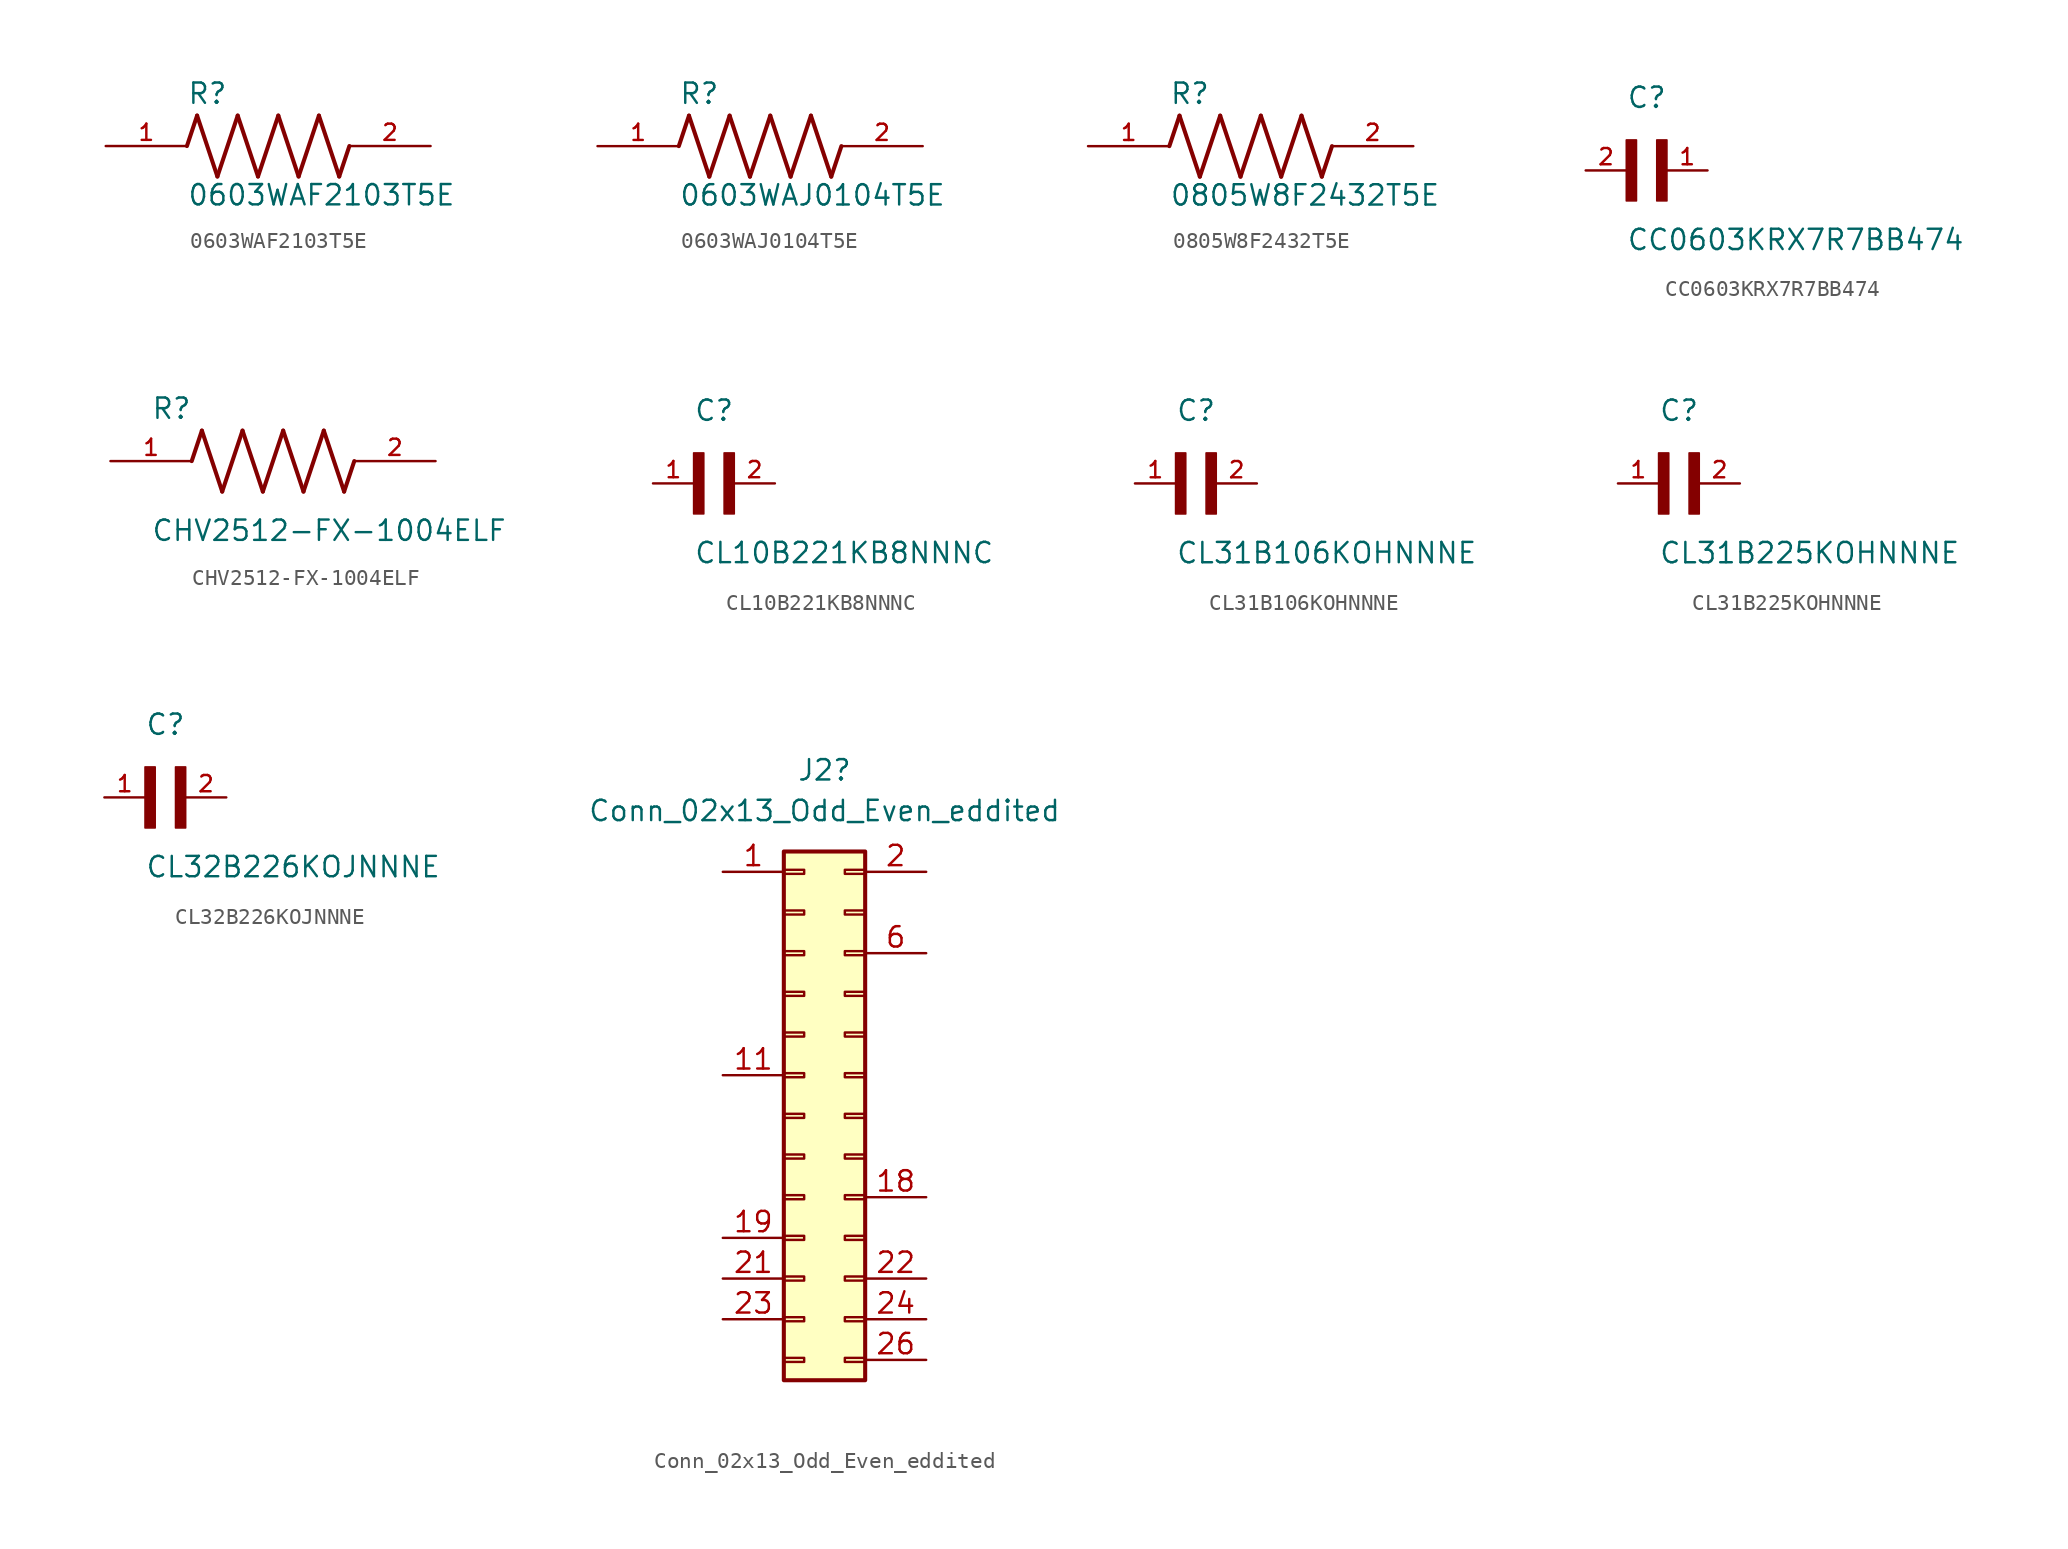
<source format=kicad_sym>
(kicad_symbol_lib
  (version 20241209)
  (generator "kicad_symbol_editor")
  (generator_version "9.0")
  (symbol "0603WAF2103T5E"
    (pin_names
      (offset 1.016))
    (property "Reference" "R"
      (at -5.08 2.54 0)
      (effects (font (size 1.27 1.27)) (justify left bottom)))
    (property "Value" "0603WAF2103T5E"
      (at -5.08 -3.81 0)
      (effects (font (size 1.27 1.27)) (justify left bottom)))
    (symbol "0603WAF2103T5E_0_0"
      (polyline (pts (xy -5.08 0) (xy -4.445 1.905)) (stroke (width 0.254) (type default)) (fill (type none)))
      (polyline (pts (xy -4.445 1.905) (xy -3.175 -1.905)) (stroke (width 0.254) (type default)) (fill (type none)))
      (polyline (pts (xy -3.175 -1.905) (xy -1.905 1.905)) (stroke (width 0.254) (type default)) (fill (type none)))
      (polyline (pts (xy -1.905 1.905) (xy -0.635 -1.905)) (stroke (width 0.254) (type default)) (fill (type none)))
      (polyline (pts (xy -0.635 -1.905) (xy 0.635 1.905)) (stroke (width 0.254) (type default)) (fill (type none)))
      (polyline (pts (xy 0.635 1.905) (xy 1.905 -1.905)) (stroke (width 0.254) (type default)) (fill (type none)))
      (polyline (pts (xy 1.905 -1.905) (xy 3.175 1.905)) (stroke (width 0.254) (type default)) (fill (type none)))
      (polyline (pts (xy 3.175 1.905) (xy 4.445 -1.905)) (stroke (width 0.254) (type default)) (fill (type none)))
      (polyline (pts (xy 4.445 -1.905) (xy 5.08 0)) (stroke (width 0.254) (type default)) (fill (type none)))
      (pin passive line (at -10.16 0 0) (length 5.08) (name "~" (effects (font (size 1.016 1.016)))) (number "1" (effects (font (size 1.016 1.016)))))
      (pin passive line (at 10.16 0 180) (length 5.08) (name "~" (effects (font (size 1.016 1.016)))) (number "2" (effects (font (size 1.016 1.016)))))))
  (symbol "0603WAJ0104T5E"
    (pin_names
      (offset 1.016))
    (property "Reference" "R"
      (at -5.08 2.54 0)
      (effects (font (size 1.27 1.27)) (justify left bottom)))
    (property "Value" "0603WAJ0104T5E"
      (at -5.08 -3.81 0)
      (effects (font (size 1.27 1.27)) (justify left bottom)))
    (symbol "0603WAJ0104T5E_0_0"
      (polyline (pts (xy -5.08 0) (xy -4.445 1.905)) (stroke (width 0.254) (type default)) (fill (type none)))
      (polyline (pts (xy -4.445 1.905) (xy -3.175 -1.905)) (stroke (width 0.254) (type default)) (fill (type none)))
      (polyline (pts (xy -3.175 -1.905) (xy -1.905 1.905)) (stroke (width 0.254) (type default)) (fill (type none)))
      (polyline (pts (xy -1.905 1.905) (xy -0.635 -1.905)) (stroke (width 0.254) (type default)) (fill (type none)))
      (polyline (pts (xy -0.635 -1.905) (xy 0.635 1.905)) (stroke (width 0.254) (type default)) (fill (type none)))
      (polyline (pts (xy 0.635 1.905) (xy 1.905 -1.905)) (stroke (width 0.254) (type default)) (fill (type none)))
      (polyline (pts (xy 1.905 -1.905) (xy 3.175 1.905)) (stroke (width 0.254) (type default)) (fill (type none)))
      (polyline (pts (xy 3.175 1.905) (xy 4.445 -1.905)) (stroke (width 0.254) (type default)) (fill (type none)))
      (polyline (pts (xy 4.445 -1.905) (xy 5.08 0)) (stroke (width 0.254) (type default)) (fill (type none)))
      (pin passive line (at -10.16 0 0) (length 5.08) (name "~" (effects (font (size 1.016 1.016)))) (number "1" (effects (font (size 1.016 1.016)))))
      (pin passive line (at 10.16 0 180) (length 5.08) (name "~" (effects (font (size 1.016 1.016)))) (number "2" (effects (font (size 1.016 1.016)))))))
  (symbol "0805W8F2432T5E"
    (pin_names
      (offset 1.016))
    (property "Reference" "R"
      (at -5.08 2.54 0)
      (effects (font (size 1.27 1.27)) (justify left bottom)))
    (property "Value" "0805W8F2432T5E"
      (at -5.08 -3.81 0)
      (effects (font (size 1.27 1.27)) (justify left bottom)))
    (symbol "0805W8F2432T5E_0_0"
      (polyline (pts (xy -5.08 0) (xy -4.445 1.905)) (stroke (width 0.254) (type default)) (fill (type none)))
      (polyline (pts (xy -4.445 1.905) (xy -3.175 -1.905)) (stroke (width 0.254) (type default)) (fill (type none)))
      (polyline (pts (xy -3.175 -1.905) (xy -1.905 1.905)) (stroke (width 0.254) (type default)) (fill (type none)))
      (polyline (pts (xy -1.905 1.905) (xy -0.635 -1.905)) (stroke (width 0.254) (type default)) (fill (type none)))
      (polyline (pts (xy -0.635 -1.905) (xy 0.635 1.905)) (stroke (width 0.254) (type default)) (fill (type none)))
      (polyline (pts (xy 0.635 1.905) (xy 1.905 -1.905)) (stroke (width 0.254) (type default)) (fill (type none)))
      (polyline (pts (xy 1.905 -1.905) (xy 3.175 1.905)) (stroke (width 0.254) (type default)) (fill (type none)))
      (polyline (pts (xy 3.175 1.905) (xy 4.445 -1.905)) (stroke (width 0.254) (type default)) (fill (type none)))
      (polyline (pts (xy 4.445 -1.905) (xy 5.08 0)) (stroke (width 0.254) (type default)) (fill (type none)))
      (pin passive line (at -10.16 0 0) (length 5.08) (name "~" (effects (font (size 1.016 1.016)))) (number "1" (effects (font (size 1.016 1.016)))))
      (pin passive line (at 10.16 0 180) (length 5.08) (name "~" (effects (font (size 1.016 1.016)))) (number "2" (effects (font (size 1.016 1.016)))))))
  (symbol "CC0603KRX7R7BB474"
    (pin_names
      (offset 1.016))
    (property "Reference" "C"
      (at 0 3.81 0)
      (effects (font (size 1.27 1.27)) (justify left bottom)))
    (property "Value" "CC0603KRX7R7BB474"
      (at 0 -5.08 0)
      (effects (font (size 1.27 1.27)) (justify left bottom)))
    (symbol "CC0603KRX7R7BB474_0_0"
      (rectangle (start 0 -1.905) (end 0.635 1.905) (stroke (width 0.1) (type default)) (fill (type outline)))
      (rectangle (start 1.905 -1.905) (end 2.54 1.905) (stroke (width 0.1) (type default)) (fill (type outline)))
      (pin passive line (at -2.54 0 0) (length 2.54) (name "~" (effects (font (size 1.016 1.016)))) (number "2" (effects (font (size 1.016 1.016)))))
      (pin passive line (at 5.08 0 180) (length 2.54) (name "~" (effects (font (size 1.016 1.016)))) (number "1" (effects (font (size 1.016 1.016)))))))
  (symbol "CHV2512-FX-1004ELF"
    (pin_names
      (offset 1.016))
    (property "Reference" "R"
      (at -7.624 2.542 0)
      (effects (font (size 1.27 1.27)) (justify left bottom)))
    (property "Value" "CHV2512-FX-1004ELF"
      (at -7.63 -5.087 0)
      (effects (font (size 1.27 1.27)) (justify left bottom)))
    (symbol "CHV2512-FX-1004ELF_0_0"
      (polyline (pts (xy -5.08 0) (xy -4.445 1.905)) (stroke (width 0.254) (type default)) (fill (type none)))
      (polyline (pts (xy -4.445 1.905) (xy -3.175 -1.905)) (stroke (width 0.254) (type default)) (fill (type none)))
      (polyline (pts (xy -3.175 -1.905) (xy -1.905 1.905)) (stroke (width 0.254) (type default)) (fill (type none)))
      (polyline (pts (xy -1.905 1.905) (xy -0.635 -1.905)) (stroke (width 0.254) (type default)) (fill (type none)))
      (polyline (pts (xy -0.635 -1.905) (xy 0.635 1.905)) (stroke (width 0.254) (type default)) (fill (type none)))
      (polyline (pts (xy 0.635 1.905) (xy 1.905 -1.905)) (stroke (width 0.254) (type default)) (fill (type none)))
      (polyline (pts (xy 1.905 -1.905) (xy 3.175 1.905)) (stroke (width 0.254) (type default)) (fill (type none)))
      (polyline (pts (xy 3.175 1.905) (xy 4.445 -1.905)) (stroke (width 0.254) (type default)) (fill (type none)))
      (polyline (pts (xy 4.445 -1.905) (xy 5.08 0)) (stroke (width 0.254) (type default)) (fill (type none)))
      (pin passive line (at -10.16 0 0) (length 5.08) (name "~" (effects (font (size 1.016 1.016)))) (number "1" (effects (font (size 1.016 1.016)))))
      (pin passive line (at 10.16 0 180) (length 5.08) (name "~" (effects (font (size 1.016 1.016)))) (number "2" (effects (font (size 1.016 1.016)))))))
  (symbol "CL10B221KB8NNNC"
    (pin_names
      (offset 1.016))
    (property "Reference" "C"
      (at 0 3.811 0)
      (effects (font (size 1.27 1.27)) (justify left bottom)))
    (property "Value" "CL10B221KB8NNNC"
      (at 0 -5.088 0)
      (effects (font (size 1.27 1.27)) (justify left bottom)))
    (symbol "CL10B221KB8NNNC_0_0"
      (rectangle (start 0 -1.907) (end 0.635 1.905) (stroke (width 0.1) (type default)) (fill (type outline)))
      (rectangle (start 1.907 -1.907) (end 2.54 1.905) (stroke (width 0.1) (type default)) (fill (type outline)))
      (pin passive line (at -2.54 0 0) (length 2.54) (name "~" (effects (font (size 1.016 1.016)))) (number "1" (effects (font (size 1.016 1.016)))))
      (pin passive line (at 5.08 0 180) (length 2.54) (name "~" (effects (font (size 1.016 1.016)))) (number "2" (effects (font (size 1.016 1.016)))))))
  (symbol "CL31B106KOHNNNE"
    (pin_names
      (offset 1.016))
    (property "Reference" "C"
      (at 0 3.811 0)
      (effects (font (size 1.27 1.27)) (justify left bottom)))
    (property "Value" "CL31B106KOHNNNE"
      (at 0 -5.088 0)
      (effects (font (size 1.27 1.27)) (justify left bottom)))
    (symbol "CL31B106KOHNNNE_0_0"
      (rectangle (start 0 -1.907) (end 0.635 1.905) (stroke (width 0.1) (type default)) (fill (type outline)))
      (rectangle (start 1.907 -1.907) (end 2.54 1.905) (stroke (width 0.1) (type default)) (fill (type outline)))
      (pin passive line (at -2.54 0 0) (length 2.54) (name "~" (effects (font (size 1.016 1.016)))) (number "1" (effects (font (size 1.016 1.016)))))
      (pin passive line (at 5.08 0 180) (length 2.54) (name "~" (effects (font (size 1.016 1.016)))) (number "2" (effects (font (size 1.016 1.016)))))))
  (symbol "CL31B225KOHNNNE"
    (pin_names
      (offset 1.016))
    (property "Reference" "C"
      (at 0 3.811 0)
      (effects (font (size 1.27 1.27)) (justify left bottom)))
    (property "Value" "CL31B225KOHNNNE"
      (at 0 -5.088 0)
      (effects (font (size 1.27 1.27)) (justify left bottom)))
    (symbol "CL31B225KOHNNNE_0_0"
      (rectangle (start 0 -1.907) (end 0.635 1.905) (stroke (width 0.1) (type default)) (fill (type outline)))
      (rectangle (start 1.907 -1.907) (end 2.54 1.905) (stroke (width 0.1) (type default)) (fill (type outline)))
      (pin passive line (at -2.54 0 0) (length 2.54) (name "~" (effects (font (size 1.016 1.016)))) (number "1" (effects (font (size 1.016 1.016)))))
      (pin passive line (at 5.08 0 180) (length 2.54) (name "~" (effects (font (size 1.016 1.016)))) (number "2" (effects (font (size 1.016 1.016)))))))
  (symbol "CL32B226KOJNNNE"
    (pin_names
      (offset 1.016))
    (property "Reference" "C"
      (at 0 3.811 0)
      (effects (font (size 1.27 1.27)) (justify left bottom)))
    (property "Value" "CL32B226KOJNNNE"
      (at 0 -5.088 0)
      (effects (font (size 1.27 1.27)) (justify left bottom)))
    (symbol "CL32B226KOJNNNE_0_0"
      (rectangle (start 0 -1.907) (end 0.635 1.905) (stroke (width 0.1) (type default)) (fill (type outline)))
      (rectangle (start 1.907 -1.907) (end 2.54 1.905) (stroke (width 0.1) (type default)) (fill (type outline)))
      (pin passive line (at -2.54 0 0) (length 2.54) (name "~" (effects (font (size 1.016 1.016)))) (number "1" (effects (font (size 1.016 1.016)))))
      (pin passive line (at 5.08 0 180) (length 2.54) (name "~" (effects (font (size 1.016 1.016)))) (number "2" (effects (font (size 1.016 1.016)))))))
  (symbol "Conn_02x13_Odd_Even_eddited"
    (pin_names
      (offset 1.016)
      (hide yes))
    (property "Reference" "J2"
      (at 1.27 21.59 0)
      (effects (font (size 1.27 1.27))))
    (property "Value" "Conn_02x13_Odd_Even_eddited"
      (at 1.27 19.05 0)
      (effects (font (size 1.27 1.27))))
    (symbol "Conn_02x13_Odd_Even_eddited_1_1"
      (rectangle (start -1.27 16.51) (end 3.81 -16.51) (stroke (width 0.254) (type default)) (fill (type background)))
      (rectangle (start -1.27 15.367) (end 0 15.113) (stroke (width 0.152) (type default)) (fill (type none)))
      (rectangle (start -1.27 12.827) (end 0 12.573) (stroke (width 0.152) (type default)) (fill (type none)))
      (rectangle (start -1.27 10.287) (end 0 10.033) (stroke (width 0.152) (type default)) (fill (type none)))
      (rectangle (start -1.27 7.747) (end 0 7.493) (stroke (width 0.152) (type default)) (fill (type none)))
      (rectangle (start -1.27 5.207) (end 0 4.953) (stroke (width 0.152) (type default)) (fill (type none)))
      (rectangle (start -1.27 2.667) (end 0 2.413) (stroke (width 0.152) (type default)) (fill (type none)))
      (rectangle (start -1.27 0.127) (end 0 -0.127) (stroke (width 0.152) (type default)) (fill (type none)))
      (rectangle (start -1.27 -2.413) (end 0 -2.667) (stroke (width 0.152) (type default)) (fill (type none)))
      (rectangle (start -1.27 -4.953) (end 0 -5.207) (stroke (width 0.152) (type default)) (fill (type none)))
      (rectangle (start -1.27 -7.493) (end 0 -7.747) (stroke (width 0.152) (type default)) (fill (type none)))
      (rectangle (start -1.27 -10.033) (end 0 -10.287) (stroke (width 0.152) (type default)) (fill (type none)))
      (rectangle (start -1.27 -12.573) (end 0 -12.827) (stroke (width 0.152) (type default)) (fill (type none)))
      (rectangle (start -1.27 -15.113) (end 0 -15.367) (stroke (width 0.152) (type default)) (fill (type none)))
      (rectangle (start 3.81 15.367) (end 2.54 15.113) (stroke (width 0.152) (type default)) (fill (type none)))
      (rectangle (start 3.81 12.827) (end 2.54 12.573) (stroke (width 0.152) (type default)) (fill (type none)))
      (rectangle (start 3.81 10.287) (end 2.54 10.033) (stroke (width 0.152) (type default)) (fill (type none)))
      (rectangle (start 3.81 7.747) (end 2.54 7.493) (stroke (width 0.152) (type default)) (fill (type none)))
      (rectangle (start 3.81 5.207) (end 2.54 4.953) (stroke (width 0.152) (type default)) (fill (type none)))
      (rectangle (start 3.81 2.667) (end 2.54 2.413) (stroke (width 0.152) (type default)) (fill (type none)))
      (rectangle (start 3.81 0.127) (end 2.54 -0.127) (stroke (width 0.152) (type default)) (fill (type none)))
      (rectangle (start 3.81 -2.413) (end 2.54 -2.667) (stroke (width 0.152) (type default)) (fill (type none)))
      (rectangle (start 3.81 -4.953) (end 2.54 -5.207) (stroke (width 0.152) (type default)) (fill (type none)))
      (rectangle (start 3.81 -7.493) (end 2.54 -7.747) (stroke (width 0.152) (type default)) (fill (type none)))
      (rectangle (start 3.81 -10.033) (end 2.54 -10.287) (stroke (width 0.152) (type default)) (fill (type none)))
      (rectangle (start 3.81 -12.573) (end 2.54 -12.827) (stroke (width 0.152) (type default)) (fill (type none)))
      (rectangle (start 3.81 -15.113) (end 2.54 -15.367) (stroke (width 0.152) (type default)) (fill (type none)))
      (pin passive line (at -5.08 15.24 0) (length 3.81) (name "Pin_1" (effects (font (size 1.27 1.27)))) (number "1" (effects (font (size 1.27 1.27)))))
      (pin passive line (at -5.08 2.54 0) (length 3.81) (name "Pin_11" (effects (font (size 1.27 1.27)))) (number "11" (effects (font (size 1.27 1.27)))))
      (pin passive line (at -5.08 -7.62 0) (length 3.81) (name "Pin_19" (effects (font (size 1.27 1.27)))) (number "19" (effects (font (size 1.27 1.27)))))
      (pin passive line (at -5.08 -10.16 0) (length 3.81) (name "Pin_21" (effects (font (size 1.27 1.27)))) (number "21" (effects (font (size 1.27 1.27)))))
      (pin passive line (at -5.08 -12.7 0) (length 3.81) (name "Pin_23" (effects (font (size 1.27 1.27)))) (number "23" (effects (font (size 1.27 1.27)))))
      (pin passive line (at 7.62 15.24 180) (length 3.81) (name "Pin_2" (effects (font (size 1.27 1.27)))) (number "2" (effects (font (size 1.27 1.27)))))
      (pin passive line (at 7.62 10.16 180) (length 3.81) (name "Pin_6" (effects (font (size 1.27 1.27)))) (number "6" (effects (font (size 1.27 1.27)))))
      (pin passive line (at 7.62 -5.08 180) (length 3.81) (name "Pin_18" (effects (font (size 1.27 1.27)))) (number "18" (effects (font (size 1.27 1.27)))))
      (pin passive line (at 7.62 -10.16 180) (length 3.81) (name "Pin_22" (effects (font (size 1.27 1.27)))) (number "22" (effects (font (size 1.27 1.27)))))
      (pin passive line (at 7.62 -12.7 180) (length 3.81) (name "Pin_24" (effects (font (size 1.27 1.27)))) (number "24" (effects (font (size 1.27 1.27)))))
      (pin passive line (at 7.62 -15.24 180) (length 3.81) (name "Pin_26" (effects (font (size 1.27 1.27)))) (number "26" (effects (font (size 1.27 1.27))))))))
</source>
